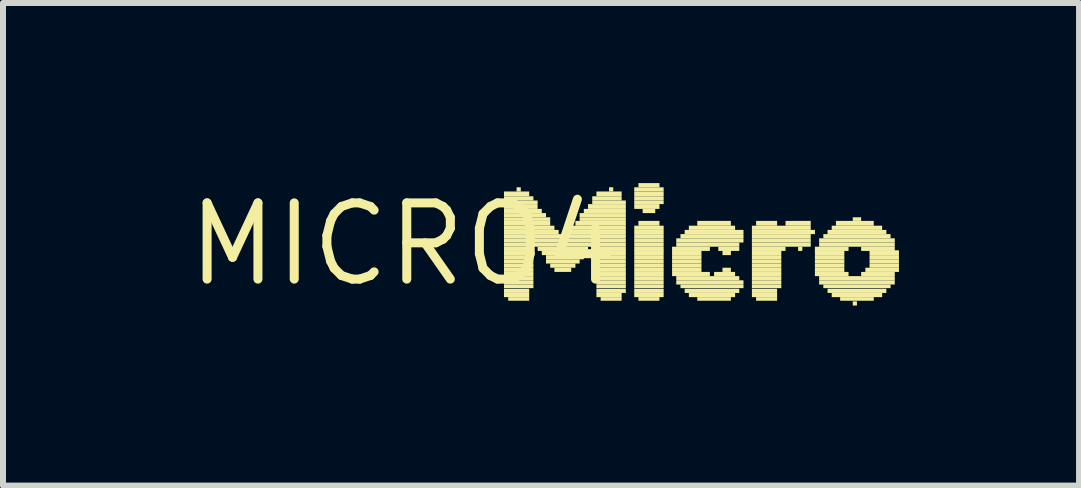
<source format=kicad_pcb>
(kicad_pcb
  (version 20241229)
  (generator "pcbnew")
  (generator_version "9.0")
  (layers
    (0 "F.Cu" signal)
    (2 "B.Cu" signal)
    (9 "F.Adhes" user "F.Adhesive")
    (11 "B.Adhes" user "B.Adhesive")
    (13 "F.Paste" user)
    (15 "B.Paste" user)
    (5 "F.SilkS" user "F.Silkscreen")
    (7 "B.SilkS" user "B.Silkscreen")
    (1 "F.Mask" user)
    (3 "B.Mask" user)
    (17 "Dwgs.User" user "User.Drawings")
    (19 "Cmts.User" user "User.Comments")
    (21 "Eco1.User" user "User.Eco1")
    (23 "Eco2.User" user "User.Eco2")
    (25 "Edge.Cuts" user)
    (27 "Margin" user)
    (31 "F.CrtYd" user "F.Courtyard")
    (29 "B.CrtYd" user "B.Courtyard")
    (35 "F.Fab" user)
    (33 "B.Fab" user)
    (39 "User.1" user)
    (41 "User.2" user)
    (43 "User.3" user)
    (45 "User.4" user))
  (footprint "MICRO4"
    (layer "F.Cu")
    (at 3.666 1.02)
    (property "Reference" "MICRO4" (at 0 0 0) (layer "F.SilkS") (effects (font (size 1.27 1.27) (thickness 0.15))))
    (attr through_hole)
    (fp_poly (pts (xy 1.68 -0.8) (xy 2.1 -0.8) (xy 2.1 -0.88) (xy 1.68 -0.88)) (stroke (width 0) (type solid)) (fill yes) (layer "F.SilkS"))
    (fp_poly (pts (xy 1.68 -0.73) (xy 2.17 -0.73) (xy 2.17 -0.8) (xy 1.68 -0.8)) (stroke (width 0) (type solid)) (fill yes) (layer "F.SilkS"))
    (fp_poly (pts (xy 1.68 -0.67) (xy 2.24 -0.67) (xy 2.24 -0.73) (xy 1.68 -0.73)) (stroke (width 0) (type solid)) (fill yes) (layer "F.SilkS"))
    (fp_poly (pts (xy 1.68 -0.59) (xy 2.24 -0.59) (xy 2.24 -0.67) (xy 1.68 -0.67)) (stroke (width 0) (type solid)) (fill yes) (layer "F.SilkS"))
    (fp_poly (pts (xy 1.68 -0.52) (xy 2.31 -0.52) (xy 2.31 -0.59) (xy 1.68 -0.59)) (stroke (width 0) (type solid)) (fill yes) (layer "F.SilkS"))
    (fp_poly (pts (xy 1.68 -0.45) (xy 2.38 -0.45) (xy 2.38 -0.52) (xy 1.68 -0.52)) (stroke (width 0) (type solid)) (fill yes) (layer "F.SilkS"))
    (fp_poly (pts (xy 1.68 -0.39) (xy 2.45 -0.39) (xy 2.45 -0.45) (xy 1.68 -0.45)) (stroke (width 0) (type solid)) (fill yes) (layer "F.SilkS"))
    (fp_poly (pts (xy 1.68 -0.31) (xy 2.45 -0.31) (xy 2.45 -0.39) (xy 1.68 -0.39)) (stroke (width 0) (type solid)) (fill yes) (layer "F.SilkS"))
    (fp_poly (pts (xy 1.68 -0.24) (xy 2.52 -0.24) (xy 2.52 -0.31) (xy 1.68 -0.31)) (stroke (width 0) (type solid)) (fill yes) (layer "F.SilkS"))
    (fp_poly (pts (xy 1.68 -0.17) (xy 2.59 -0.17) (xy 2.59 -0.24) (xy 1.68 -0.24)) (stroke (width 0) (type solid)) (fill yes) (layer "F.SilkS"))
    (fp_poly (pts (xy 1.68 -0.1) (xy 2.66 -0.1) (xy 2.66 -0.17) (xy 1.68 -0.17)) (stroke (width 0) (type solid)) (fill yes) (layer "F.SilkS"))
    (fp_poly (pts (xy 1.68 -0.03) (xy 3.71 -0.03) (xy 3.71 -0.1) (xy 1.68 -0.1)) (stroke (width 0) (type solid)) (fill yes) (layer "F.SilkS"))
    (fp_poly (pts (xy 1.68 0.04) (xy 3.15 0.04) (xy 3.15 -0.03) (xy 1.68 -0.03)) (stroke (width 0) (type solid)) (fill yes) (layer "F.SilkS"))
    (fp_poly (pts (xy 1.68 0.11) (xy 2.17 0.11) (xy 2.17 0.04) (xy 1.68 0.04)) (stroke (width 0) (type solid)) (fill yes) (layer "F.SilkS"))
    (fp_poly (pts (xy 1.68 0.18) (xy 2.17 0.18) (xy 2.17 0.1) (xy 1.68 0.1)) (stroke (width 0) (type solid)) (fill yes) (layer "F.SilkS"))
    (fp_poly (pts (xy 1.68 0.25) (xy 2.17 0.25) (xy 2.17 0.18) (xy 1.68 0.18)) (stroke (width 0) (type solid)) (fill yes) (layer "F.SilkS"))
    (fp_poly (pts (xy 1.68 0.32) (xy 2.17 0.32) (xy 2.17 0.25) (xy 1.68 0.25)) (stroke (width 0) (type solid)) (fill yes) (layer "F.SilkS"))
    (fp_poly (pts (xy 1.68 0.39) (xy 2.17 0.39) (xy 2.17 0.32) (xy 1.68 0.32)) (stroke (width 0) (type solid)) (fill yes) (layer "F.SilkS"))
    (fp_poly (pts (xy 1.68 0.46) (xy 2.17 0.46) (xy 2.17 0.39) (xy 1.68 0.39)) (stroke (width 0) (type solid)) (fill yes) (layer "F.SilkS"))
    (fp_poly (pts (xy 1.68 0.53) (xy 2.17 0.53) (xy 2.17 0.46) (xy 1.68 0.46)) (stroke (width 0) (type solid)) (fill yes) (layer "F.SilkS"))
    (fp_poly (pts (xy 1.68 0.6) (xy 2.17 0.6) (xy 2.17 0.53) (xy 1.68 0.53)) (stroke (width 0) (type solid)) (fill yes) (layer "F.SilkS"))
    (fp_poly (pts (xy 1.68 0.67) (xy 2.17 0.67) (xy 2.17 0.6) (xy 1.68 0.6)) (stroke (width 0) (type solid)) (fill yes) (layer "F.SilkS"))
    (fp_poly (pts (xy 1.68 0.73) (xy 2.17 0.73) (xy 2.17 0.67) (xy 1.68 0.67)) (stroke (width 0) (type solid)) (fill yes) (layer "F.SilkS"))
    (fp_poly (pts (xy 1.68 0.81) (xy 2.1 0.81) (xy 2.1 0.74) (xy 1.68 0.74)) (stroke (width 0) (type solid)) (fill yes) (layer "F.SilkS"))
    (fp_poly (pts (xy 1.68 0.88) (xy 2.1 0.88) (xy 2.1 0.81) (xy 1.68 0.81)) (stroke (width 0) (type solid)) (fill yes) (layer "F.SilkS"))
    (fp_poly (pts (xy 1.75 0.94) (xy 2.1 0.94) (xy 2.1 0.88) (xy 1.75 0.88)) (stroke (width 0) (type solid)) (fill yes) (layer "F.SilkS"))
    (fp_poly (pts (xy 1.89 -0.88) (xy 1.96 -0.88) (xy 1.96 -0.95) (xy 1.89 -0.95)) (stroke (width 0) (type solid)) (fill yes) (layer "F.SilkS"))
    (fp_poly (pts (xy 2.24 0.11) (xy 3.08 0.11) (xy 3.08 0.04) (xy 2.24 0.04)) (stroke (width 0) (type solid)) (fill yes) (layer "F.SilkS"))
    (fp_poly (pts (xy 2.31 0.18) (xy 3.01 0.18) (xy 3.01 0.1) (xy 2.31 0.1)) (stroke (width 0) (type solid)) (fill yes) (layer "F.SilkS"))
    (fp_poly (pts (xy 2.38 0.25) (xy 3.01 0.25) (xy 3.01 0.18) (xy 2.38 0.18)) (stroke (width 0) (type solid)) (fill yes) (layer "F.SilkS"))
    (fp_poly (pts (xy 2.38 0.32) (xy 2.94 0.32) (xy 2.94 0.25) (xy 2.38 0.25)) (stroke (width 0) (type solid)) (fill yes) (layer "F.SilkS"))
    (fp_poly (pts (xy 2.45 0.39) (xy 2.87 0.39) (xy 2.87 0.32) (xy 2.45 0.32)) (stroke (width 0) (type solid)) (fill yes) (layer "F.SilkS"))
    (fp_poly (pts (xy 2.52 0.46) (xy 2.8 0.46) (xy 2.8 0.39) (xy 2.52 0.39)) (stroke (width 0) (type solid)) (fill yes) (layer "F.SilkS"))
    (fp_poly (pts (xy 2.73 -0.17) (xy 3.71 -0.17) (xy 3.71 -0.24) (xy 2.73 -0.24)) (stroke (width 0) (type solid)) (fill yes) (layer "F.SilkS"))
    (fp_poly (pts (xy 2.73 -0.1) (xy 3.71 -0.1) (xy 3.71 -0.17) (xy 2.73 -0.17)) (stroke (width 0) (type solid)) (fill yes) (layer "F.SilkS"))
    (fp_poly (pts (xy 2.8 -0.24) (xy 3.71 -0.24) (xy 3.71 -0.31) (xy 2.8 -0.31)) (stroke (width 0) (type solid)) (fill yes) (layer "F.SilkS"))
    (fp_poly (pts (xy 2.87 -0.31) (xy 3.71 -0.31) (xy 3.71 -0.39) (xy 2.87 -0.39)) (stroke (width 0) (type solid)) (fill yes) (layer "F.SilkS"))
    (fp_poly (pts (xy 2.94 -0.45) (xy 3.71 -0.45) (xy 3.71 -0.52) (xy 2.94 -0.52)) (stroke (width 0) (type solid)) (fill yes) (layer "F.SilkS"))
    (fp_poly (pts (xy 2.94 -0.39) (xy 3.71 -0.39) (xy 3.71 -0.45) (xy 2.94 -0.45)) (stroke (width 0) (type solid)) (fill yes) (layer "F.SilkS"))
    (fp_poly (pts (xy 3.01 -0.52) (xy 3.71 -0.52) (xy 3.71 -0.59) (xy 3.01 -0.59)) (stroke (width 0) (type solid)) (fill yes) (layer "F.SilkS"))
    (fp_poly (pts (xy 3.08 -0.59) (xy 3.71 -0.59) (xy 3.71 -0.67) (xy 3.08 -0.67)) (stroke (width 0) (type solid)) (fill yes) (layer "F.SilkS"))
    (fp_poly (pts (xy 3.15 -0.73) (xy 3.64 -0.73) (xy 3.64 -0.8) (xy 3.15 -0.8)) (stroke (width 0) (type solid)) (fill yes) (layer "F.SilkS"))
    (fp_poly (pts (xy 3.15 -0.67) (xy 3.71 -0.67) (xy 3.71 -0.73) (xy 3.15 -0.73)) (stroke (width 0) (type solid)) (fill yes) (layer "F.SilkS"))
    (fp_poly (pts (xy 3.22 -0.8) (xy 3.64 -0.8) (xy 3.64 -0.88) (xy 3.22 -0.88)) (stroke (width 0) (type solid)) (fill yes) (layer "F.SilkS"))
    (fp_poly (pts (xy 3.22 0.04) (xy 3.71 0.04) (xy 3.71 -0.03) (xy 3.22 -0.03)) (stroke (width 0) (type solid)) (fill yes) (layer "F.SilkS"))
    (fp_poly (pts (xy 3.22 0.11) (xy 3.71 0.11) (xy 3.71 0.04) (xy 3.22 0.04)) (stroke (width 0) (type solid)) (fill yes) (layer "F.SilkS"))
    (fp_poly (pts (xy 3.22 0.18) (xy 3.71 0.18) (xy 3.71 0.1) (xy 3.22 0.1)) (stroke (width 0) (type solid)) (fill yes) (layer "F.SilkS"))
    (fp_poly (pts (xy 3.22 0.25) (xy 3.71 0.25) (xy 3.71 0.18) (xy 3.22 0.18)) (stroke (width 0) (type solid)) (fill yes) (layer "F.SilkS"))
    (fp_poly (pts (xy 3.22 0.32) (xy 3.71 0.32) (xy 3.71 0.25) (xy 3.22 0.25)) (stroke (width 0) (type solid)) (fill yes) (layer "F.SilkS"))
    (fp_poly (pts (xy 3.22 0.39) (xy 3.71 0.39) (xy 3.71 0.32) (xy 3.22 0.32)) (stroke (width 0) (type solid)) (fill yes) (layer "F.SilkS"))
    (fp_poly (pts (xy 3.22 0.46) (xy 3.71 0.46) (xy 3.71 0.39) (xy 3.22 0.39)) (stroke (width 0) (type solid)) (fill yes) (layer "F.SilkS"))
    (fp_poly (pts (xy 3.22 0.53) (xy 3.71 0.53) (xy 3.71 0.46) (xy 3.22 0.46)) (stroke (width 0) (type solid)) (fill yes) (layer "F.SilkS"))
    (fp_poly (pts (xy 3.22 0.6) (xy 3.71 0.6) (xy 3.71 0.53) (xy 3.22 0.53)) (stroke (width 0) (type solid)) (fill yes) (layer "F.SilkS"))
    (fp_poly (pts (xy 3.22 0.67) (xy 3.71 0.67) (xy 3.71 0.6) (xy 3.22 0.6)) (stroke (width 0) (type solid)) (fill yes) (layer "F.SilkS"))
    (fp_poly (pts (xy 3.22 0.73) (xy 3.71 0.73) (xy 3.71 0.67) (xy 3.22 0.67)) (stroke (width 0) (type solid)) (fill yes) (layer "F.SilkS"))
    (fp_poly (pts (xy 3.22 0.81) (xy 3.71 0.81) (xy 3.71 0.74) (xy 3.22 0.74)) (stroke (width 0) (type solid)) (fill yes) (layer "F.SilkS"))
    (fp_poly (pts (xy 3.22 0.88) (xy 3.64 0.88) (xy 3.64 0.81) (xy 3.22 0.81)) (stroke (width 0) (type solid)) (fill yes) (layer "F.SilkS"))
    (fp_poly (pts (xy 3.29 0.94) (xy 3.64 0.94) (xy 3.64 0.88) (xy 3.29 0.88)) (stroke (width 0) (type solid)) (fill yes) (layer "F.SilkS"))
    (fp_poly (pts (xy 3.43 -0.88) (xy 3.5 -0.88) (xy 3.5 -0.95) (xy 3.43 -0.95)) (stroke (width 0) (type solid)) (fill yes) (layer "F.SilkS"))
    (fp_poly (pts (xy 3.85 -0.88) (xy 4.34 -0.88) (xy 4.34 -0.95) (xy 3.85 -0.95)) (stroke (width 0) (type solid)) (fill yes) (layer "F.SilkS"))
    (fp_poly (pts (xy 3.85 -0.8) (xy 4.34 -0.8) (xy 4.34 -0.88) (xy 3.85 -0.88)) (stroke (width 0) (type solid)) (fill yes) (layer "F.SilkS"))
    (fp_poly (pts (xy 3.85 -0.73) (xy 4.34 -0.73) (xy 4.34 -0.8) (xy 3.85 -0.8)) (stroke (width 0) (type solid)) (fill yes) (layer "F.SilkS"))
    (fp_poly (pts (xy 3.85 -0.67) (xy 4.34 -0.67) (xy 4.34 -0.73) (xy 3.85 -0.73)) (stroke (width 0) (type solid)) (fill yes) (layer "F.SilkS"))
    (fp_poly (pts (xy 3.85 -0.59) (xy 4.27 -0.59) (xy 4.27 -0.67) (xy 3.85 -0.67)) (stroke (width 0) (type solid)) (fill yes) (layer "F.SilkS"))
    (fp_poly (pts (xy 3.85 -0.24) (xy 4.34 -0.24) (xy 4.34 -0.31) (xy 3.85 -0.31)) (stroke (width 0) (type solid)) (fill yes) (layer "F.SilkS"))
    (fp_poly (pts (xy 3.85 -0.17) (xy 4.34 -0.17) (xy 4.34 -0.24) (xy 3.85 -0.24)) (stroke (width 0) (type solid)) (fill yes) (layer "F.SilkS"))
    (fp_poly (pts (xy 3.85 -0.1) (xy 4.34 -0.1) (xy 4.34 -0.17) (xy 3.85 -0.17)) (stroke (width 0) (type solid)) (fill yes) (layer "F.SilkS"))
    (fp_poly (pts (xy 3.85 -0.03) (xy 4.34 -0.03) (xy 4.34 -0.1) (xy 3.85 -0.1)) (stroke (width 0) (type solid)) (fill yes) (layer "F.SilkS"))
    (fp_poly (pts (xy 3.85 0.04) (xy 4.34 0.04) (xy 4.34 -0.03) (xy 3.85 -0.03)) (stroke (width 0) (type solid)) (fill yes) (layer "F.SilkS"))
    (fp_poly (pts (xy 3.85 0.11) (xy 4.34 0.11) (xy 4.34 0.04) (xy 3.85 0.04)) (stroke (width 0) (type solid)) (fill yes) (layer "F.SilkS"))
    (fp_poly (pts (xy 3.85 0.18) (xy 4.34 0.18) (xy 4.34 0.1) (xy 3.85 0.1)) (stroke (width 0) (type solid)) (fill yes) (layer "F.SilkS"))
    (fp_poly (pts (xy 3.85 0.25) (xy 4.34 0.25) (xy 4.34 0.18) (xy 3.85 0.18)) (stroke (width 0) (type solid)) (fill yes) (layer "F.SilkS"))
    (fp_poly (pts (xy 3.85 0.32) (xy 4.34 0.32) (xy 4.34 0.25) (xy 3.85 0.25)) (stroke (width 0) (type solid)) (fill yes) (layer "F.SilkS"))
    (fp_poly (pts (xy 3.85 0.39) (xy 4.34 0.39) (xy 4.34 0.32) (xy 3.85 0.32)) (stroke (width 0) (type solid)) (fill yes) (layer "F.SilkS"))
    (fp_poly (pts (xy 3.85 0.46) (xy 4.34 0.46) (xy 4.34 0.39) (xy 3.85 0.39)) (stroke (width 0) (type solid)) (fill yes) (layer "F.SilkS"))
    (fp_poly (pts (xy 3.85 0.53) (xy 4.34 0.53) (xy 4.34 0.46) (xy 3.85 0.46)) (stroke (width 0) (type solid)) (fill yes) (layer "F.SilkS"))
    (fp_poly (pts (xy 3.85 0.6) (xy 4.34 0.6) (xy 4.34 0.53) (xy 3.85 0.53)) (stroke (width 0) (type solid)) (fill yes) (layer "F.SilkS"))
    (fp_poly (pts (xy 3.85 0.67) (xy 4.34 0.67) (xy 4.34 0.6) (xy 3.85 0.6)) (stroke (width 0) (type solid)) (fill yes) (layer "F.SilkS"))
    (fp_poly (pts (xy 3.85 0.73) (xy 4.34 0.73) (xy 4.34 0.67) (xy 3.85 0.67)) (stroke (width 0) (type solid)) (fill yes) (layer "F.SilkS"))
    (fp_poly (pts (xy 3.85 0.81) (xy 4.34 0.81) (xy 4.34 0.74) (xy 3.85 0.74)) (stroke (width 0) (type solid)) (fill yes) (layer "F.SilkS"))
    (fp_poly (pts (xy 3.85 0.88) (xy 4.34 0.88) (xy 4.34 0.81) (xy 3.85 0.81)) (stroke (width 0) (type solid)) (fill yes) (layer "F.SilkS"))
    (fp_poly (pts (xy 3.92 -0.95) (xy 4.27 -0.95) (xy 4.27 -1.02) (xy 3.92 -1.02)) (stroke (width 0) (type solid)) (fill yes) (layer "F.SilkS"))
    (fp_poly (pts (xy 3.92 -0.31) (xy 4.27 -0.31) (xy 4.27 -0.39) (xy 3.92 -0.39)) (stroke (width 0) (type solid)) (fill yes) (layer "F.SilkS"))
    (fp_poly (pts (xy 3.92 0.94) (xy 4.27 0.94) (xy 4.27 0.88) (xy 3.92 0.88)) (stroke (width 0) (type solid)) (fill yes) (layer "F.SilkS"))
    (fp_poly (pts (xy 3.99 -0.52) (xy 4.2 -0.52) (xy 4.2 -0.59) (xy 3.99 -0.59)) (stroke (width 0) (type solid)) (fill yes) (layer "F.SilkS"))
    (fp_poly (pts (xy 4.48 0.11) (xy 5.11 0.11) (xy 5.11 0.04) (xy 4.48 0.04)) (stroke (width 0) (type solid)) (fill yes) (layer "F.SilkS"))
    (fp_poly (pts (xy 4.48 0.18) (xy 4.97 0.18) (xy 4.97 0.1) (xy 4.48 0.1)) (stroke (width 0) (type solid)) (fill yes) (layer "F.SilkS"))
    (fp_poly (pts (xy 4.48 0.25) (xy 4.97 0.25) (xy 4.97 0.18) (xy 4.48 0.18)) (stroke (width 0) (type solid)) (fill yes) (layer "F.SilkS"))
    (fp_poly (pts (xy 4.48 0.32) (xy 4.97 0.32) (xy 4.97 0.25) (xy 4.48 0.25)) (stroke (width 0) (type solid)) (fill yes) (layer "F.SilkS"))
    (fp_poly (pts (xy 4.48 0.39) (xy 4.97 0.39) (xy 4.97 0.32) (xy 4.48 0.32)) (stroke (width 0) (type solid)) (fill yes) (layer "F.SilkS"))
    (fp_poly (pts (xy 4.48 0.46) (xy 4.97 0.46) (xy 4.97 0.39) (xy 4.48 0.39)) (stroke (width 0) (type solid)) (fill yes) (layer "F.SilkS"))
    (fp_poly (pts (xy 4.48 0.53) (xy 5.11 0.53) (xy 5.11 0.46) (xy 4.48 0.46)) (stroke (width 0) (type solid)) (fill yes) (layer "F.SilkS"))
    (fp_poly (pts (xy 4.55 -0.03) (xy 5.67 -0.03) (xy 5.67 -0.1) (xy 4.55 -0.1)) (stroke (width 0) (type solid)) (fill yes) (layer "F.SilkS"))
    (fp_poly (pts (xy 4.55 0.04) (xy 5.6 0.04) (xy 5.6 -0.03) (xy 4.55 -0.03)) (stroke (width 0) (type solid)) (fill yes) (layer "F.SilkS"))
    (fp_poly (pts (xy 4.55 0.6) (xy 5.6 0.6) (xy 5.6 0.53) (xy 4.55 0.53)) (stroke (width 0) (type solid)) (fill yes) (layer "F.SilkS"))
    (fp_poly (pts (xy 4.55 0.67) (xy 5.67 0.67) (xy 5.67 0.6) (xy 4.55 0.6)) (stroke (width 0) (type solid)) (fill yes) (layer "F.SilkS"))
    (fp_poly (pts (xy 4.62 -0.1) (xy 5.67 -0.1) (xy 5.67 -0.17) (xy 4.62 -0.17)) (stroke (width 0) (type solid)) (fill yes) (layer "F.SilkS"))
    (fp_poly (pts (xy 4.62 0.73) (xy 5.67 0.73) (xy 5.67 0.67) (xy 4.62 0.67)) (stroke (width 0) (type solid)) (fill yes) (layer "F.SilkS"))
    (fp_poly (pts (xy 4.69 -0.17) (xy 5.67 -0.17) (xy 5.67 -0.24) (xy 4.69 -0.24)) (stroke (width 0) (type solid)) (fill yes) (layer "F.SilkS"))
    (fp_poly (pts (xy 4.69 0.81) (xy 5.6 0.81) (xy 5.6 0.74) (xy 4.69 0.74)) (stroke (width 0) (type solid)) (fill yes) (layer "F.SilkS"))
    (fp_poly (pts (xy 4.76 -0.24) (xy 5.53 -0.24) (xy 5.53 -0.31) (xy 4.76 -0.31)) (stroke (width 0) (type solid)) (fill yes) (layer "F.SilkS"))
    (fp_poly (pts (xy 4.76 0.88) (xy 5.53 0.88) (xy 5.53 0.81) (xy 4.76 0.81)) (stroke (width 0) (type solid)) (fill yes) (layer "F.SilkS"))
    (fp_poly (pts (xy 4.9 -0.31) (xy 5.46 -0.31) (xy 5.46 -0.39) (xy 4.9 -0.39)) (stroke (width 0) (type solid)) (fill yes) (layer "F.SilkS"))
    (fp_poly (pts (xy 4.9 0.94) (xy 5.46 0.94) (xy 5.46 0.88) (xy 4.9 0.88)) (stroke (width 0) (type solid)) (fill yes) (layer "F.SilkS"))
    (fp_poly (pts (xy 5.18 0.53) (xy 5.53 0.53) (xy 5.53 0.46) (xy 5.18 0.46)) (stroke (width 0) (type solid)) (fill yes) (layer "F.SilkS"))
    (fp_poly (pts (xy 5.25 0.11) (xy 5.6 0.11) (xy 5.6 0.04) (xy 5.25 0.04)) (stroke (width 0) (type solid)) (fill yes) (layer "F.SilkS"))
    (fp_poly (pts (xy 5.32 0.18) (xy 5.46 0.18) (xy 5.46 0.1) (xy 5.32 0.1)) (stroke (width 0) (type solid)) (fill yes) (layer "F.SilkS"))
    (fp_poly (pts (xy 5.32 0.46) (xy 5.46 0.46) (xy 5.46 0.39) (xy 5.32 0.39)) (stroke (width 0) (type solid)) (fill yes) (layer "F.SilkS"))
    (fp_poly (pts (xy 5.81 -0.24) (xy 6.79 -0.24) (xy 6.79 -0.31) (xy 5.81 -0.31)) (stroke (width 0) (type solid)) (fill yes) (layer "F.SilkS"))
    (fp_poly (pts (xy 5.81 -0.17) (xy 6.86 -0.17) (xy 6.86 -0.24) (xy 5.81 -0.24)) (stroke (width 0) (type solid)) (fill yes) (layer "F.SilkS"))
    (fp_poly (pts (xy 5.81 -0.1) (xy 6.79 -0.1) (xy 6.79 -0.17) (xy 5.81 -0.17)) (stroke (width 0) (type solid)) (fill yes) (layer "F.SilkS"))
    (fp_poly (pts (xy 5.81 -0.03) (xy 6.79 -0.03) (xy 6.79 -0.1) (xy 5.81 -0.1)) (stroke (width 0) (type solid)) (fill yes) (layer "F.SilkS"))
    (fp_poly (pts (xy 5.81 0.04) (xy 6.79 0.04) (xy 6.79 -0.03) (xy 5.81 -0.03)) (stroke (width 0) (type solid)) (fill yes) (layer "F.SilkS"))
    (fp_poly (pts (xy 5.81 0.11) (xy 6.37 0.11) (xy 6.37 0.04) (xy 5.81 0.04)) (stroke (width 0) (type solid)) (fill yes) (layer "F.SilkS"))
    (fp_poly (pts (xy 5.81 0.18) (xy 6.3 0.18) (xy 6.3 0.1) (xy 5.81 0.1)) (stroke (width 0) (type solid)) (fill yes) (layer "F.SilkS"))
    (fp_poly (pts (xy 5.81 0.25) (xy 6.3 0.25) (xy 6.3 0.18) (xy 5.81 0.18)) (stroke (width 0) (type solid)) (fill yes) (layer "F.SilkS"))
    (fp_poly (pts (xy 5.81 0.32) (xy 6.3 0.32) (xy 6.3 0.25) (xy 5.81 0.25)) (stroke (width 0) (type solid)) (fill yes) (layer "F.SilkS"))
    (fp_poly (pts (xy 5.81 0.39) (xy 6.3 0.39) (xy 6.3 0.32) (xy 5.81 0.32)) (stroke (width 0) (type solid)) (fill yes) (layer "F.SilkS"))
    (fp_poly (pts (xy 5.81 0.46) (xy 6.3 0.46) (xy 6.3 0.39) (xy 5.81 0.39)) (stroke (width 0) (type solid)) (fill yes) (layer "F.SilkS"))
    (fp_poly (pts (xy 5.81 0.53) (xy 6.3 0.53) (xy 6.3 0.46) (xy 5.81 0.46)) (stroke (width 0) (type solid)) (fill yes) (layer "F.SilkS"))
    (fp_poly (pts (xy 5.81 0.6) (xy 6.3 0.6) (xy 6.3 0.53) (xy 5.81 0.53)) (stroke (width 0) (type solid)) (fill yes) (layer "F.SilkS"))
    (fp_poly (pts (xy 5.81 0.67) (xy 6.3 0.67) (xy 6.3 0.6) (xy 5.81 0.6)) (stroke (width 0) (type solid)) (fill yes) (layer "F.SilkS"))
    (fp_poly (pts (xy 5.81 0.73) (xy 6.3 0.73) (xy 6.3 0.67) (xy 5.81 0.67)) (stroke (width 0) (type solid)) (fill yes) (layer "F.SilkS"))
    (fp_poly (pts (xy 5.81 0.81) (xy 6.23 0.81) (xy 6.23 0.74) (xy 5.81 0.74)) (stroke (width 0) (type solid)) (fill yes) (layer "F.SilkS"))
    (fp_poly (pts (xy 5.81 0.88) (xy 6.23 0.88) (xy 6.23 0.81) (xy 5.81 0.81)) (stroke (width 0) (type solid)) (fill yes) (layer "F.SilkS"))
    (fp_poly (pts (xy 5.88 -0.31) (xy 6.23 -0.31) (xy 6.23 -0.39) (xy 5.88 -0.39)) (stroke (width 0) (type solid)) (fill yes) (layer "F.SilkS"))
    (fp_poly (pts (xy 5.88 0.94) (xy 6.23 0.94) (xy 6.23 0.88) (xy 5.88 0.88)) (stroke (width 0) (type solid)) (fill yes) (layer "F.SilkS"))
    (fp_poly (pts (xy 6.37 -0.31) (xy 6.79 -0.31) (xy 6.79 -0.39) (xy 6.37 -0.39)) (stroke (width 0) (type solid)) (fill yes) (layer "F.SilkS"))
    (fp_poly (pts (xy 6.58 0.11) (xy 6.65 0.11) (xy 6.65 0.04) (xy 6.58 0.04)) (stroke (width 0) (type solid)) (fill yes) (layer "F.SilkS"))
    (fp_poly (pts (xy 6.86 0.11) (xy 7.42 0.11) (xy 7.42 0.04) (xy 6.86 0.04)) (stroke (width 0) (type solid)) (fill yes) (layer "F.SilkS"))
    (fp_poly (pts (xy 6.86 0.18) (xy 7.35 0.18) (xy 7.35 0.1) (xy 6.86 0.1)) (stroke (width 0) (type solid)) (fill yes) (layer "F.SilkS"))
    (fp_poly (pts (xy 6.86 0.25) (xy 7.35 0.25) (xy 7.35 0.18) (xy 6.86 0.18)) (stroke (width 0) (type solid)) (fill yes) (layer "F.SilkS"))
    (fp_poly (pts (xy 6.86 0.32) (xy 7.35 0.32) (xy 7.35 0.25) (xy 6.86 0.25)) (stroke (width 0) (type solid)) (fill yes) (layer "F.SilkS"))
    (fp_poly (pts (xy 6.86 0.39) (xy 7.35 0.39) (xy 7.35 0.32) (xy 6.86 0.32)) (stroke (width 0) (type solid)) (fill yes) (layer "F.SilkS"))
    (fp_poly (pts (xy 6.86 0.46) (xy 7.35 0.46) (xy 7.35 0.39) (xy 6.86 0.39)) (stroke (width 0) (type solid)) (fill yes) (layer "F.SilkS"))
    (fp_poly (pts (xy 6.86 0.53) (xy 7.42 0.53) (xy 7.42 0.46) (xy 6.86 0.46)) (stroke (width 0) (type solid)) (fill yes) (layer "F.SilkS"))
    (fp_poly (pts (xy 6.93 -0.03) (xy 8.19 -0.03) (xy 8.19 -0.1) (xy 6.93 -0.1)) (stroke (width 0) (type solid)) (fill yes) (layer "F.SilkS"))
    (fp_poly (pts (xy 6.93 0.04) (xy 8.19 0.04) (xy 8.19 -0.03) (xy 6.93 -0.03)) (stroke (width 0) (type solid)) (fill yes) (layer "F.SilkS"))
    (fp_poly (pts (xy 6.93 0.6) (xy 8.19 0.6) (xy 8.19 0.53) (xy 6.93 0.53)) (stroke (width 0) (type solid)) (fill yes) (layer "F.SilkS"))
    (fp_poly (pts (xy 6.93 0.67) (xy 8.19 0.67) (xy 8.19 0.6) (xy 6.93 0.6)) (stroke (width 0) (type solid)) (fill yes) (layer "F.SilkS"))
    (fp_poly (pts (xy 7 -0.1) (xy 8.12 -0.1) (xy 8.12 -0.17) (xy 7 -0.17)) (stroke (width 0) (type solid)) (fill yes) (layer "F.SilkS"))
    (fp_poly (pts (xy 7 0.73) (xy 8.12 0.73) (xy 8.12 0.67) (xy 7 0.67)) (stroke (width 0) (type solid)) (fill yes) (layer "F.SilkS"))
    (fp_poly (pts (xy 7.07 -0.17) (xy 8.05 -0.17) (xy 8.05 -0.24) (xy 7.07 -0.24)) (stroke (width 0) (type solid)) (fill yes) (layer "F.SilkS"))
    (fp_poly (pts (xy 7.07 0.81) (xy 8.05 0.81) (xy 8.05 0.74) (xy 7.07 0.74)) (stroke (width 0) (type solid)) (fill yes) (layer "F.SilkS"))
    (fp_poly (pts (xy 7.14 -0.24) (xy 7.98 -0.24) (xy 7.98 -0.31) (xy 7.14 -0.31)) (stroke (width 0) (type solid)) (fill yes) (layer "F.SilkS"))
    (fp_poly (pts (xy 7.14 0.88) (xy 7.98 0.88) (xy 7.98 0.81) (xy 7.14 0.81)) (stroke (width 0) (type solid)) (fill yes) (layer "F.SilkS"))
    (fp_poly (pts (xy 7.21 -0.31) (xy 7.84 -0.31) (xy 7.84 -0.39) (xy 7.21 -0.39)) (stroke (width 0) (type solid)) (fill yes) (layer "F.SilkS"))
    (fp_poly (pts (xy 7.28 0.94) (xy 7.84 0.94) (xy 7.84 0.88) (xy 7.28 0.88)) (stroke (width 0) (type solid)) (fill yes) (layer "F.SilkS"))
    (fp_poly (pts (xy 7.49 -0.39) (xy 7.63 -0.39) (xy 7.63 -0.45) (xy 7.49 -0.45)) (stroke (width 0) (type solid)) (fill yes) (layer "F.SilkS"))
    (fp_poly (pts (xy 7.49 1.02) (xy 7.56 1.02) (xy 7.56 0.95) (xy 7.49 0.95)) (stroke (width 0) (type solid)) (fill yes) (layer "F.SilkS"))
    (fp_poly (pts (xy 7.63 0.11) (xy 8.19 0.11) (xy 8.19 0.04) (xy 7.63 0.04)) (stroke (width 0) (type solid)) (fill yes) (layer "F.SilkS"))
    (fp_poly (pts (xy 7.63 0.53) (xy 8.19 0.53) (xy 8.19 0.46) (xy 7.63 0.46)) (stroke (width 0) (type solid)) (fill yes) (layer "F.SilkS"))
    (fp_poly (pts (xy 7.7 0.46) (xy 8.26 0.46) (xy 8.26 0.39) (xy 7.7 0.39)) (stroke (width 0) (type solid)) (fill yes) (layer "F.SilkS"))
    (fp_poly (pts (xy 7.77 0.18) (xy 8.26 0.18) (xy 8.26 0.1) (xy 7.77 0.1)) (stroke (width 0) (type solid)) (fill yes) (layer "F.SilkS"))
    (fp_poly (pts (xy 7.77 0.25) (xy 8.26 0.25) (xy 8.26 0.18) (xy 7.77 0.18)) (stroke (width 0) (type solid)) (fill yes) (layer "F.SilkS"))
    (fp_poly (pts (xy 7.77 0.32) (xy 8.26 0.32) (xy 8.26 0.25) (xy 7.77 0.25)) (stroke (width 0) (type solid)) (fill yes) (layer "F.SilkS"))
    (fp_poly (pts (xy 7.77 0.39) (xy 8.26 0.39) (xy 8.26 0.32) (xy 7.77 0.32)) (stroke (width 0) (type solid)) (fill yes) (layer "F.SilkS")))
  (gr_rect
    (start -3 -3)
    (end 14.926 5.04)
    (stroke (width 0.1) (type default))
    (fill no)
    (layer "Edge.Cuts")))
</source>
